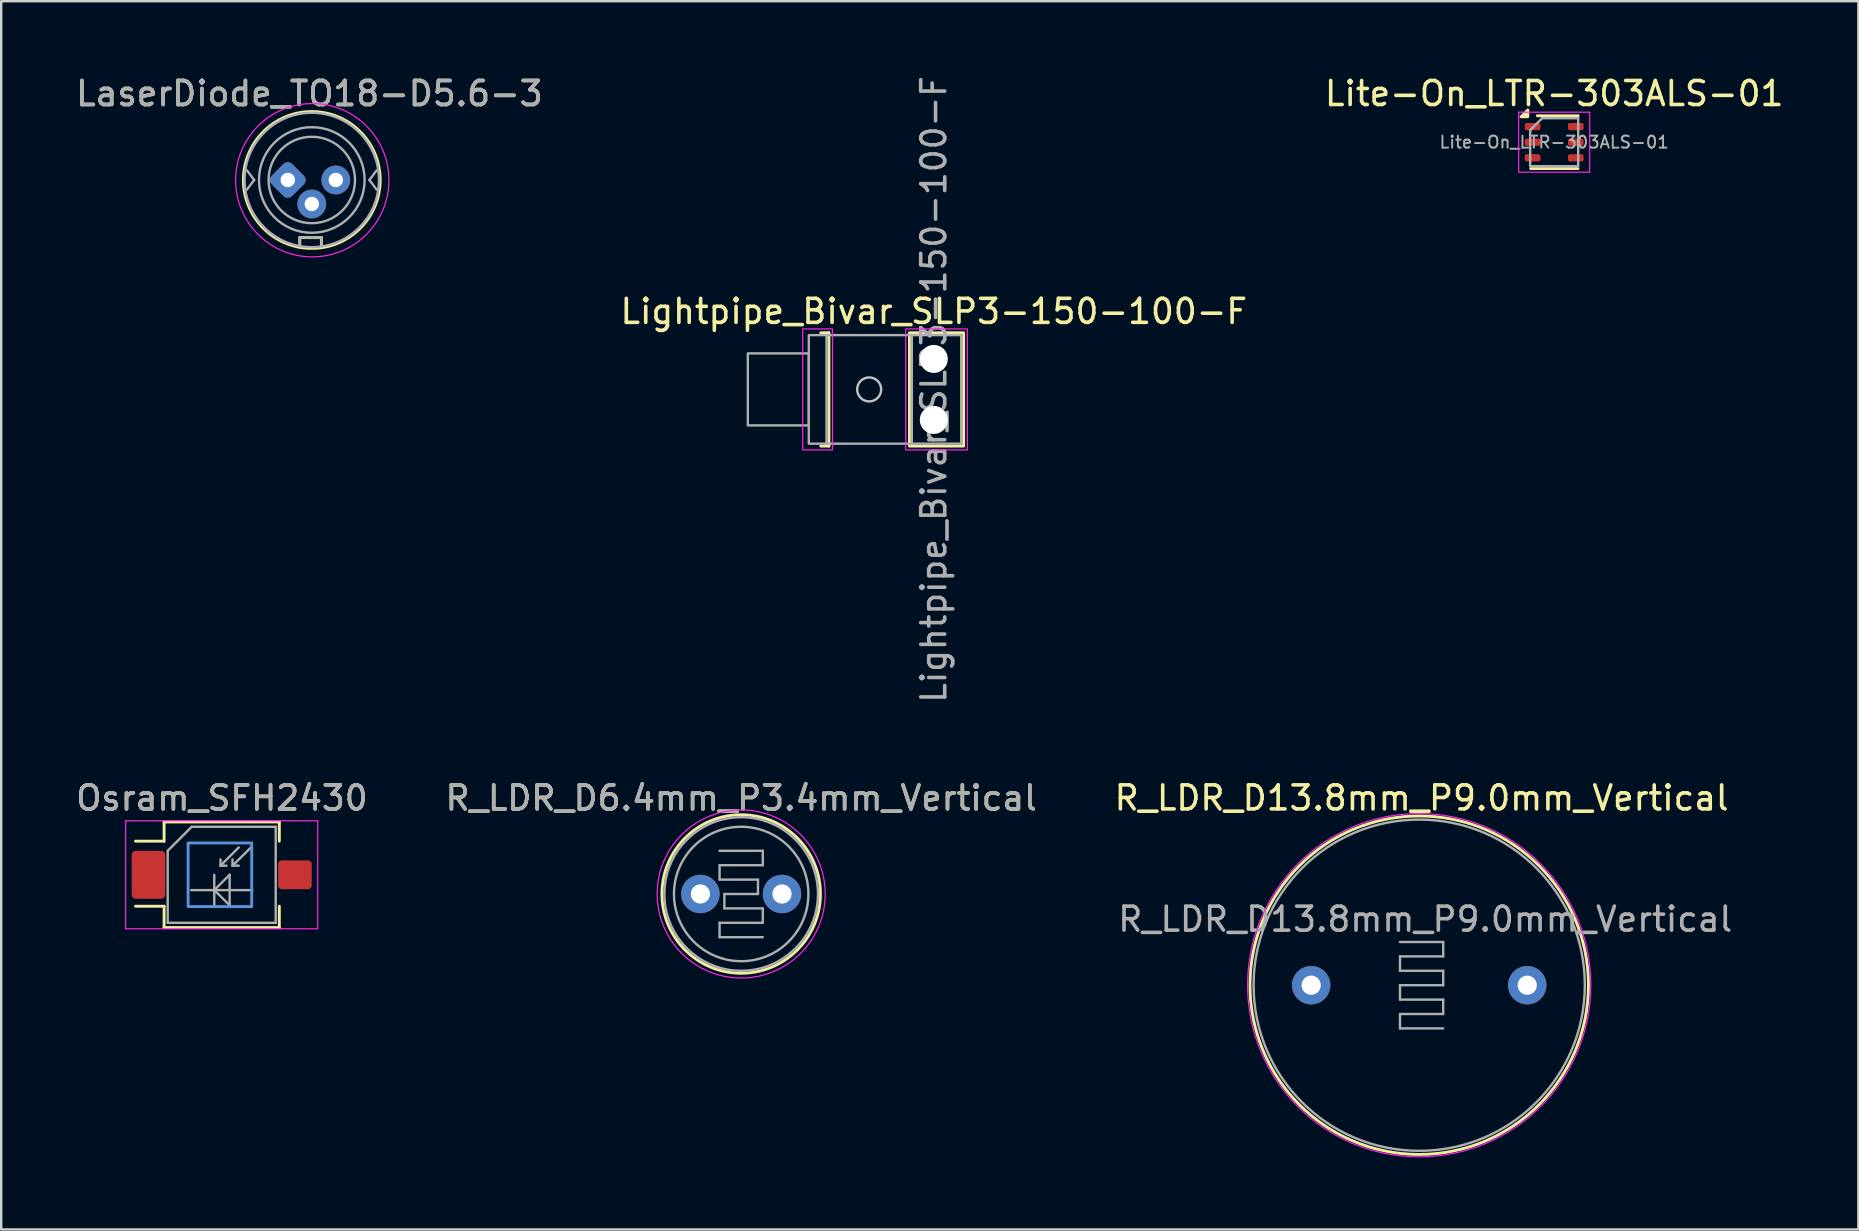
<source format=kicad_pcb>
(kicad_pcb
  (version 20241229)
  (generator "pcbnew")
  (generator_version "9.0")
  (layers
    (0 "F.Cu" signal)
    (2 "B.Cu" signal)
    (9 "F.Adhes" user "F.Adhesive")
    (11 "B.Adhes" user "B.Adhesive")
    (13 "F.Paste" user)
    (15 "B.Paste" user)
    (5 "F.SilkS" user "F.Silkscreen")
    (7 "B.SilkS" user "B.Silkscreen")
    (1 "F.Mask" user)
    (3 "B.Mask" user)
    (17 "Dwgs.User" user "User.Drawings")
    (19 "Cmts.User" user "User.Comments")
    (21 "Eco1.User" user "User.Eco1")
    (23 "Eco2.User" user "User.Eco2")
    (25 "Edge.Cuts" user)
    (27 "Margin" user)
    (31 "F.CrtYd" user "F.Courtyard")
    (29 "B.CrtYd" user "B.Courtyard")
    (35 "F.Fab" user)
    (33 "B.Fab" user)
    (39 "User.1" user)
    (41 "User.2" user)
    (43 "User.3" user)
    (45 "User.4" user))
  (footprint "Lite-On_LTR-303ALS-01"
    (layer "F.Cu")
    (at 61.696 2.873)
    (property "Reference" "Lite-On_LTR-303ALS-01" (at 0 -2.025 0) (layer "F.SilkS") (effects (font (size 1 1) (thickness 0.15))))
    (attr smd)
    (fp_line (start -0.98 1.1) (end 0.99 1.1) (stroke (width 0.12) (type solid)) (layer "F.SilkS"))
    (fp_line (start -0.7 -1.1) (end 1 -1.1) (stroke (width 0.12) (type solid)) (layer "F.SilkS"))
    (fp_poly (pts (xy -1.1 -1.06) (xy -1.38 -1.06) (xy -1.1 -1.34) (xy -1.1 -1.06)) (stroke (width 0.12) (type solid)) (fill yes) (layer "F.SilkS"))
    (fp_line (start -1.48 -1.25) (end -1.48 1.25) (stroke (width 0.05) (type solid)) (layer "F.CrtYd"))
    (fp_line (start -1.48 1.25) (end 1.48 1.25) (stroke (width 0.05) (type solid)) (layer "F.CrtYd"))
    (fp_line (start 1.48 -1.25) (end -1.48 -1.25) (stroke (width 0.05) (type solid)) (layer "F.CrtYd"))
    (fp_line (start 1.48 1.25) (end 1.48 -1.25) (stroke (width 0.05) (type solid)) (layer "F.CrtYd"))
    (fp_line (start -1 -0.5) (end -0.5 -1) (stroke (width 0.1) (type solid)) (layer "F.Fab"))
    (fp_line (start -1 1) (end -1 -0.5) (stroke (width 0.1) (type solid)) (layer "F.Fab"))
    (fp_line (start -0.5 -1) (end 1 -1) (stroke (width 0.1) (type solid)) (layer "F.Fab"))
    (fp_line (start 1 -1) (end 1 1) (stroke (width 0.1) (type solid)) (layer "F.Fab"))
    (fp_line (start 1 1) (end -1 1) (stroke (width 0.1) (type solid)) (layer "F.Fab"))
    (fp_text user "${REFERENCE}" (at 0 0 0) (layer "F.Fab") (effects (font (size 0.5 0.5) (thickness 0.08))))
    (pad "1" smd roundrect (at -0.9 -0.65) (size 0.65 0.3) (layers "F.Cu" "F.Mask" "F.Paste") (roundrect_rratio 0.25))
    (pad "2" smd roundrect (at -0.9 0) (size 0.65 0.3) (layers "F.Cu" "F.Mask" "F.Paste") (roundrect_rratio 0.25))
    (pad "3" smd roundrect (at -0.9 0.65) (size 0.65 0.3) (layers "F.Cu" "F.Mask" "F.Paste") (roundrect_rratio 0.25))
    (pad "4" smd roundrect (at 0.9 0.65) (size 0.65 0.3) (layers "F.Cu" "F.Mask" "F.Paste") (roundrect_rratio 0.25))
    (pad "5" smd roundrect (at 0.9 0) (size 0.65 0.3) (layers "F.Cu" "F.Mask" "F.Paste") (roundrect_rratio 0.25))
    (pad "6" smd roundrect (at 0.9 -0.65) (size 0.65 0.3) (layers "F.Cu" "F.Mask" "F.Paste") (roundrect_rratio 0.25)))
  (footprint "Osram_SFH2430"
    (layer "F.Cu")
    (at 6.186 33.393)
    (property "Reference" "Osram_SFH2430" (at 0.01 -3.2 0) (layer "F.SilkS") (effects (font (size 1 1) (thickness 0.15))))
    (attr smd)
    (fp_line (start -3.59 1.31) (end -2.4 1.31) (stroke (width 0.12) (type solid)) (layer "F.SilkS"))
    (fp_line (start -2.41 -1.4) (end -3.59 -1.4) (stroke (width 0.12) (type solid)) (layer "F.SilkS"))
    (fp_line (start -2.4 -2.2) (end -2.4 -1.4) (stroke (width 0.12) (type solid)) (layer "F.SilkS"))
    (fp_line (start -2.4 1.31) (end -2.4 2.2) (stroke (width 0.12) (type solid)) (layer "F.SilkS"))
    (fp_line (start -2.4 2.2) (end 2.4 2.2) (stroke (width 0.12) (type solid)) (layer "F.SilkS"))
    (fp_line (start 2.4 -2.2) (end -2.4 -2.2) (stroke (width 0.12) (type solid)) (layer "F.SilkS"))
    (fp_line (start 2.4 -1.4) (end 2.4 -2.2) (stroke (width 0.12) (type solid)) (layer "F.SilkS"))
    (fp_line (start 2.4 2.2) (end 2.4 1.31) (stroke (width 0.12) (type solid)) (layer "F.SilkS"))
    (fp_rect (start -1.4 -1.325) (end 1.25 1.325) (stroke (width 0.12) (type solid)) (fill no) (layer "Cmts.User"))
    (fp_line (start -4 -2.25) (end -4 2.25) (stroke (width 0.05) (type solid)) (layer "F.CrtYd"))
    (fp_line (start -4 -2.25) (end 4 -2.25) (stroke (width 0.05) (type solid)) (layer "F.CrtYd"))
    (fp_line (start 4 2.25) (end -4 2.25) (stroke (width 0.05) (type solid)) (layer "F.CrtYd"))
    (fp_line (start 4 2.25) (end 4 -2.25) (stroke (width 0.05) (type solid)) (layer "F.CrtYd"))
    (fp_line (start -2.25 -1) (end -2.25 2) (stroke (width 0.1) (type solid)) (layer "F.Fab"))
    (fp_line (start -2.25 -1) (end -1.25 -2) (stroke (width 0.1) (type solid)) (layer "F.Fab"))
    (fp_line (start -1.27 0.64) (end 1.27 0.64) (stroke (width 0.1) (type solid)) (layer "F.Fab"))
    (fp_line (start -1.25 -2) (end 2.25 -2) (stroke (width 0.1) (type solid)) (layer "F.Fab"))
    (fp_line (start -0.31 0) (end -0.31 1.27) (stroke (width 0.1) (type solid)) (layer "F.Fab"))
    (fp_line (start -0.31 0.64) (end 0.33 0) (stroke (width 0.1) (type solid)) (layer "F.Fab"))
    (fp_line (start -0.05 -0.38) (end -0.05 -0.64) (stroke (width 0.1) (type solid)) (layer "F.Fab"))
    (fp_line (start -0.05 -0.38) (end 0.2 -0.38) (stroke (width 0.1) (type solid)) (layer "F.Fab"))
    (fp_line (start 0.33 0) (end 0.33 1.27) (stroke (width 0.1) (type solid)) (layer "F.Fab"))
    (fp_line (start 0.33 1.27) (end -0.31 0.64) (stroke (width 0.1) (type solid)) (layer "F.Fab"))
    (fp_line (start 0.45 -0.38) (end 0.45 -0.64) (stroke (width 0.1) (type solid)) (layer "F.Fab"))
    (fp_line (start 0.45 -0.38) (end 0.71 -0.38) (stroke (width 0.1) (type solid)) (layer "F.Fab"))
    (fp_line (start 0.71 -1.14) (end -0.05 -0.38) (stroke (width 0.1) (type solid)) (layer "F.Fab"))
    (fp_line (start 1.22 -1.14) (end 0.45 -0.38) (stroke (width 0.1) (type solid)) (layer "F.Fab"))
    (fp_line (start 2.25 -2) (end 2.25 2) (stroke (width 0.1) (type solid)) (layer "F.Fab"))
    (fp_line (start 2.25 2) (end -2.25 2) (stroke (width 0.1) (type solid)) (layer "F.Fab"))
    (fp_text user "${REFERENCE}" (at 0.01 -3.2 0) (layer "F.Fab") (effects (font (size 1 1) (thickness 0.15))))
    (pad "" smd roundrect (at -3.05 0 180) (size 1.3 1.9) (layers "F.Paste") (roundrect_rratio 0.125))
    (pad "" smd roundrect (at -3.05 0 180) (size 1.5 2.1) (layers "F.Mask") (roundrect_rratio 0.125))
    (pad "" smd roundrect (at 3.05 0 180) (size 1.3 1.1) (layers "F.Paste") (roundrect_rratio 0.125))
    (pad "" smd roundrect (at 3.05 0 180) (size 1.5 1.3) (layers "F.Mask") (roundrect_rratio 0.125))
    (pad "1" smd roundrect (at -3.05 0 180) (size 1.4 2) (layers "F.Cu" "F.Mask") (roundrect_rratio 0.125))
    (pad "2" smd roundrect (at 3.05 0 180) (size 1.4 1.2) (layers "F.Cu" "F.Mask") (roundrect_rratio 0.125)))
  (footprint "R_LDR_D6.4mm_P3.4mm_Vertical"
    (layer "F.Cu")
    (at 26.127 34.193)
    (property "Reference" "R_LDR_D6.4mm_P3.4mm_Vertical" (at 1.7 -4 0) (layer "F.SilkS") (effects (font (size 1 1) (thickness 0.15))))
    (attr through_hole)
    (fp_circle (center 1.7 0) (end 5 -0.1) (stroke (width 0.12) (type solid)) (fill no) (layer "F.SilkS"))
    (fp_circle (center 1.7 0) (end 5.2 0) (stroke (width 0.05) (type solid)) (fill no) (layer "F.CrtYd"))
    (fp_line (start 0.8 -1.8) (end 2.6 -1.8) (stroke (width 0.1) (type solid)) (layer "F.Fab"))
    (fp_line (start 0.8 -1.2) (end 0.8 -0.6) (stroke (width 0.1) (type solid)) (layer "F.Fab"))
    (fp_line (start 0.8 1.2) (end 0.8 1.8) (stroke (width 0.1) (type solid)) (layer "F.Fab"))
    (fp_line (start 0.8 1.8) (end 2.6 1.8) (stroke (width 0.1) (type solid)) (layer "F.Fab"))
    (fp_line (start 1 0) (end 2.4 0) (stroke (width 0.1) (type solid)) (layer "F.Fab"))
    (fp_line (start 1 0.6) (end 1 0) (stroke (width 0.1) (type solid)) (layer "F.Fab"))
    (fp_line (start 2.4 -0.6) (end 0.8 -0.6) (stroke (width 0.1) (type solid)) (layer "F.Fab"))
    (fp_line (start 2.4 0) (end 2.4 -0.6) (stroke (width 0.1) (type solid)) (layer "F.Fab"))
    (fp_line (start 2.6 -1.8) (end 2.6 -1.2) (stroke (width 0.1) (type solid)) (layer "F.Fab"))
    (fp_line (start 2.6 -1.2) (end 0.8 -1.2) (stroke (width 0.1) (type solid)) (layer "F.Fab"))
    (fp_line (start 2.6 0.6) (end 1 0.6) (stroke (width 0.1) (type solid)) (layer "F.Fab"))
    (fp_line (start 2.6 0.6) (end 2.6 1.2) (stroke (width 0.1) (type solid)) (layer "F.Fab"))
    (fp_line (start 2.6 1.2) (end 0.8 1.2) (stroke (width 0.1) (type solid)) (layer "F.Fab"))
    (fp_circle (center 1.7 0) (end 4.5 0) (stroke (width 0.1) (type solid)) (fill no) (layer "F.Fab"))
    (fp_circle (center 1.7 0) (end 4.9 0) (stroke (width 0.1) (type solid)) (fill no) (layer "F.Fab"))
    (fp_text user "${REFERENCE}" (at 1.7 -4 0) (layer "F.Fab") (effects (font (size 1 1) (thickness 0.15))))
    (pad "1" thru_hole circle (at 0 0) (size 1.6 1.6) (drill 0.8) (layers "*.Cu" "*.Mask"))
    (pad "2" thru_hole circle (at 3.4 0) (size 1.6 1.6) (drill 0.8) (layers "*.Cu" "*.Mask")))
  (footprint "LaserDiode_TO18-D5.6-3"
    (layer "F.Cu")
    (at 8.939 4.448)
    (property "Reference" "LaserDiode_TO18-D5.6-3" (at 0.9 -3.6 0) (layer "F.SilkS") (effects (font (size 1 1) (thickness 0.15))))
    (attr through_hole)
    (fp_line (start 0.5 2.4) (end 1.4 2.4) (stroke (width 0.12) (type solid)) (layer "F.SilkS"))
    (fp_line (start 0.5 2.8) (end 0.5 2.4) (stroke (width 0.12) (type solid)) (layer "F.SilkS"))
    (fp_line (start 1.4 2.4) (end 1.4 2.8) (stroke (width 0.12) (type solid)) (layer "F.SilkS"))
    (fp_circle (center 1 0) (end -1.85 0) (stroke (width 0.12) (type solid)) (fill no) (layer "F.SilkS"))
    (fp_circle (center 1.02 0.01) (end 3.85 1.49) (stroke (width 0.05) (type solid)) (fill no) (layer "F.CrtYd"))
    (fp_line (start -1.4 0) (end -1.7 -0.4) (stroke (width 0.1) (type solid)) (layer "F.Fab"))
    (fp_line (start -1.4 0) (end -1.7 0.4) (stroke (width 0.1) (type solid)) (layer "F.Fab"))
    (fp_line (start 0.5 2.4) (end 1.4 2.4) (stroke (width 0.1) (type solid)) (layer "F.Fab"))
    (fp_line (start 0.5 2.7) (end 0.5 2.4) (stroke (width 0.1) (type solid)) (layer "F.Fab"))
    (fp_line (start 1.4 2.4) (end 1.4 2.7) (stroke (width 0.1) (type solid)) (layer "F.Fab"))
    (fp_line (start 3.4 0) (end 3.7 0.4) (stroke (width 0.1) (type solid)) (layer "F.Fab"))
    (fp_line (start 3.7 -0.4) (end 3.4 0) (stroke (width 0.1) (type solid)) (layer "F.Fab"))
    (fp_circle (center 1 0) (end -1.8 0) (stroke (width 0.1) (type solid)) (fill no) (layer "F.Fab"))
    (fp_circle (center 1 0) (end 2.8 0) (stroke (width 0.1) (type solid)) (fill no) (layer "F.Fab"))
    (fp_circle (center 1 0) (end 3.2 0) (stroke (width 0.1) (type solid)) (fill no) (layer "F.Fab"))
    (fp_text user "${REFERENCE}" (at 0.9 -3.6 0) (layer "F.Fab") (effects (font (size 1 1) (thickness 0.15))))
    (pad "1" thru_hole roundrect (at 0 0 45) (size 1.2 1.2) (drill 0.6) (layers "*.Cu" "*.Mask") (roundrect_rratio 0.208))
    (pad "2" thru_hole circle (at 1 1) (size 1.2 1.2) (drill 0.6) (layers "*.Cu" "*.Mask"))
    (pad "3" thru_hole circle (at 2 0) (size 1.2 1.2) (drill 0.6) (layers "*.Cu" "*.Mask")))
  (footprint "Lightpipe_Bivar_SLP3-150-100-F"
    (layer "F.Cu")
    (at 35.851 13.173)
    (property "Reference" "Lightpipe_Bivar_SLP3-150-100-F" (at 0 -3.25 0) (layer "F.SilkS") (effects (font (size 1 1) (thickness 0.15))))
    (fp_line (start -4.707 -2.361) (end -4.37 -2.361) (stroke (width 0.12) (type default)) (layer "F.SilkS"))
    (fp_line (start -4.37 -2.361) (end -4.37 2.361) (stroke (width 0.12) (type default)) (layer "F.SilkS"))
    (fp_line (start -4.37 2.361) (end -4.707 2.361) (stroke (width 0.12) (type default)) (layer "F.SilkS"))
    (fp_rect (start -1.014 2.361) (end 1.243 -2.361) (stroke (width 0.12) (type solid)) (fill no) (layer "F.SilkS"))
    (fp_circle (center -2.692 0) (end -2.192 0) (stroke (width 0.1) (type solid)) (fill no) (layer "Dwgs.User"))
    (fp_rect (start -5.46 -2.52) (end -4.22 2.52) (stroke (width 0.05) (type solid)) (fill no) (layer "F.CrtYd"))
    (fp_rect (start -1.17 -2.52) (end 1.4 2.52) (stroke (width 0.05) (type solid)) (fill no) (layer "F.CrtYd"))
    (fp_line (start -4.47 -2.261) (end -0.914 -2.261) (stroke (width 0.1) (type solid)) (layer "F.Fab"))
    (fp_line (start -4.47 2.261) (end -0.914 2.261) (stroke (width 0.1) (type solid)) (layer "F.Fab"))
    (fp_rect (start -5.207 -2.261) (end -4.47 2.261) (stroke (width 0.1) (type solid)) (fill no) (layer "F.Fab"))
    (fp_rect (start -5.207 -1.5) (end -7.747 1.5) (stroke (width 0.1) (type solid)) (fill no) (layer "F.Fab"))
    (fp_rect (start -0.914 -2.261) (end 1.143 2.261) (stroke (width 0.1) (type solid)) (fill no) (layer "F.Fab"))
    (fp_text user "${REFERENCE}" (at 0 0 90) (layer "F.Fab") (effects (font (size 1 1) (thickness 0.15))))
    (pad "" np_thru_hole circle (at 0 -1.27) (size 1.168 1.168) (drill 1.168) (layers "*.Cu" "*.Mask"))
    (pad "" np_thru_hole circle (at 0 1.27) (size 1.168 1.168) (drill 1.168) (layers "*.Cu" "*.Mask")))
  (footprint "R_LDR_D13.8mm_P9.0mm_Vertical"
    (layer "F.Cu")
    (at 51.573 37.993)
    (property "Reference" "R_LDR_D13.8mm_P9.0mm_Vertical" (at 4.6 -7.8 0) (layer "F.SilkS") (effects (font (size 1 1) (thickness 0.15))))
    (attr through_hole)
    (fp_circle (center 4.5 0) (end -2.55 0) (stroke (width 0.12) (type solid)) (fill no) (layer "F.SilkS"))
    (fp_circle (center 4.5 0) (end -2.65 0) (stroke (width 0.05) (type solid)) (fill no) (layer "F.CrtYd"))
    (fp_line (start 3.7 -1.8) (end 5.5 -1.8) (stroke (width 0.1) (type solid)) (layer "F.Fab"))
    (fp_line (start 3.7 -1.2) (end 3.7 -0.6) (stroke (width 0.1) (type solid)) (layer "F.Fab"))
    (fp_line (start 3.7 -0.6) (end 5.5 -0.6) (stroke (width 0.1) (type solid)) (layer "F.Fab"))
    (fp_line (start 3.7 0) (end 3.7 0.6) (stroke (width 0.1) (type solid)) (layer "F.Fab"))
    (fp_line (start 3.7 0.6) (end 5.5 0.6) (stroke (width 0.1) (type solid)) (layer "F.Fab"))
    (fp_line (start 3.7 1.2) (end 3.7 1.8) (stroke (width 0.1) (type solid)) (layer "F.Fab"))
    (fp_line (start 3.7 1.8) (end 5.5 1.8) (stroke (width 0.1) (type solid)) (layer "F.Fab"))
    (fp_line (start 5.5 -1.8) (end 5.5 -1.2) (stroke (width 0.1) (type solid)) (layer "F.Fab"))
    (fp_line (start 5.5 -1.2) (end 3.7 -1.2) (stroke (width 0.1) (type solid)) (layer "F.Fab"))
    (fp_line (start 5.5 -0.6) (end 5.5 0) (stroke (width 0.1) (type solid)) (layer "F.Fab"))
    (fp_line (start 5.5 0) (end 3.7 0) (stroke (width 0.1) (type solid)) (layer "F.Fab"))
    (fp_line (start 5.5 0.6) (end 5.5 1.2) (stroke (width 0.1) (type solid)) (layer "F.Fab"))
    (fp_line (start 5.5 1.2) (end 3.7 1.2) (stroke (width 0.1) (type solid)) (layer "F.Fab"))
    (fp_circle (center 4.5 0) (end -2.4 0) (stroke (width 0.1) (type solid)) (fill no) (layer "F.Fab"))
    (fp_text user "${REFERENCE}" (at 4.75 -2.75 0) (layer "F.Fab") (effects (font (size 1 1) (thickness 0.15))))
    (pad "1" thru_hole circle (at 0 0) (size 1.6 1.6) (drill 0.8) (layers "*.Cu" "*.Mask"))
    (pad "2" thru_hole circle (at 9 0) (size 1.6 1.6) (drill 0.8) (layers "*.Cu" "*.Mask")))
  (gr_rect
    (start -3 -3)
    (end 74.369 48.168)
    (stroke (width 0.1) (type default))
    (fill no)
    (layer "Edge.Cuts")))
</source>
